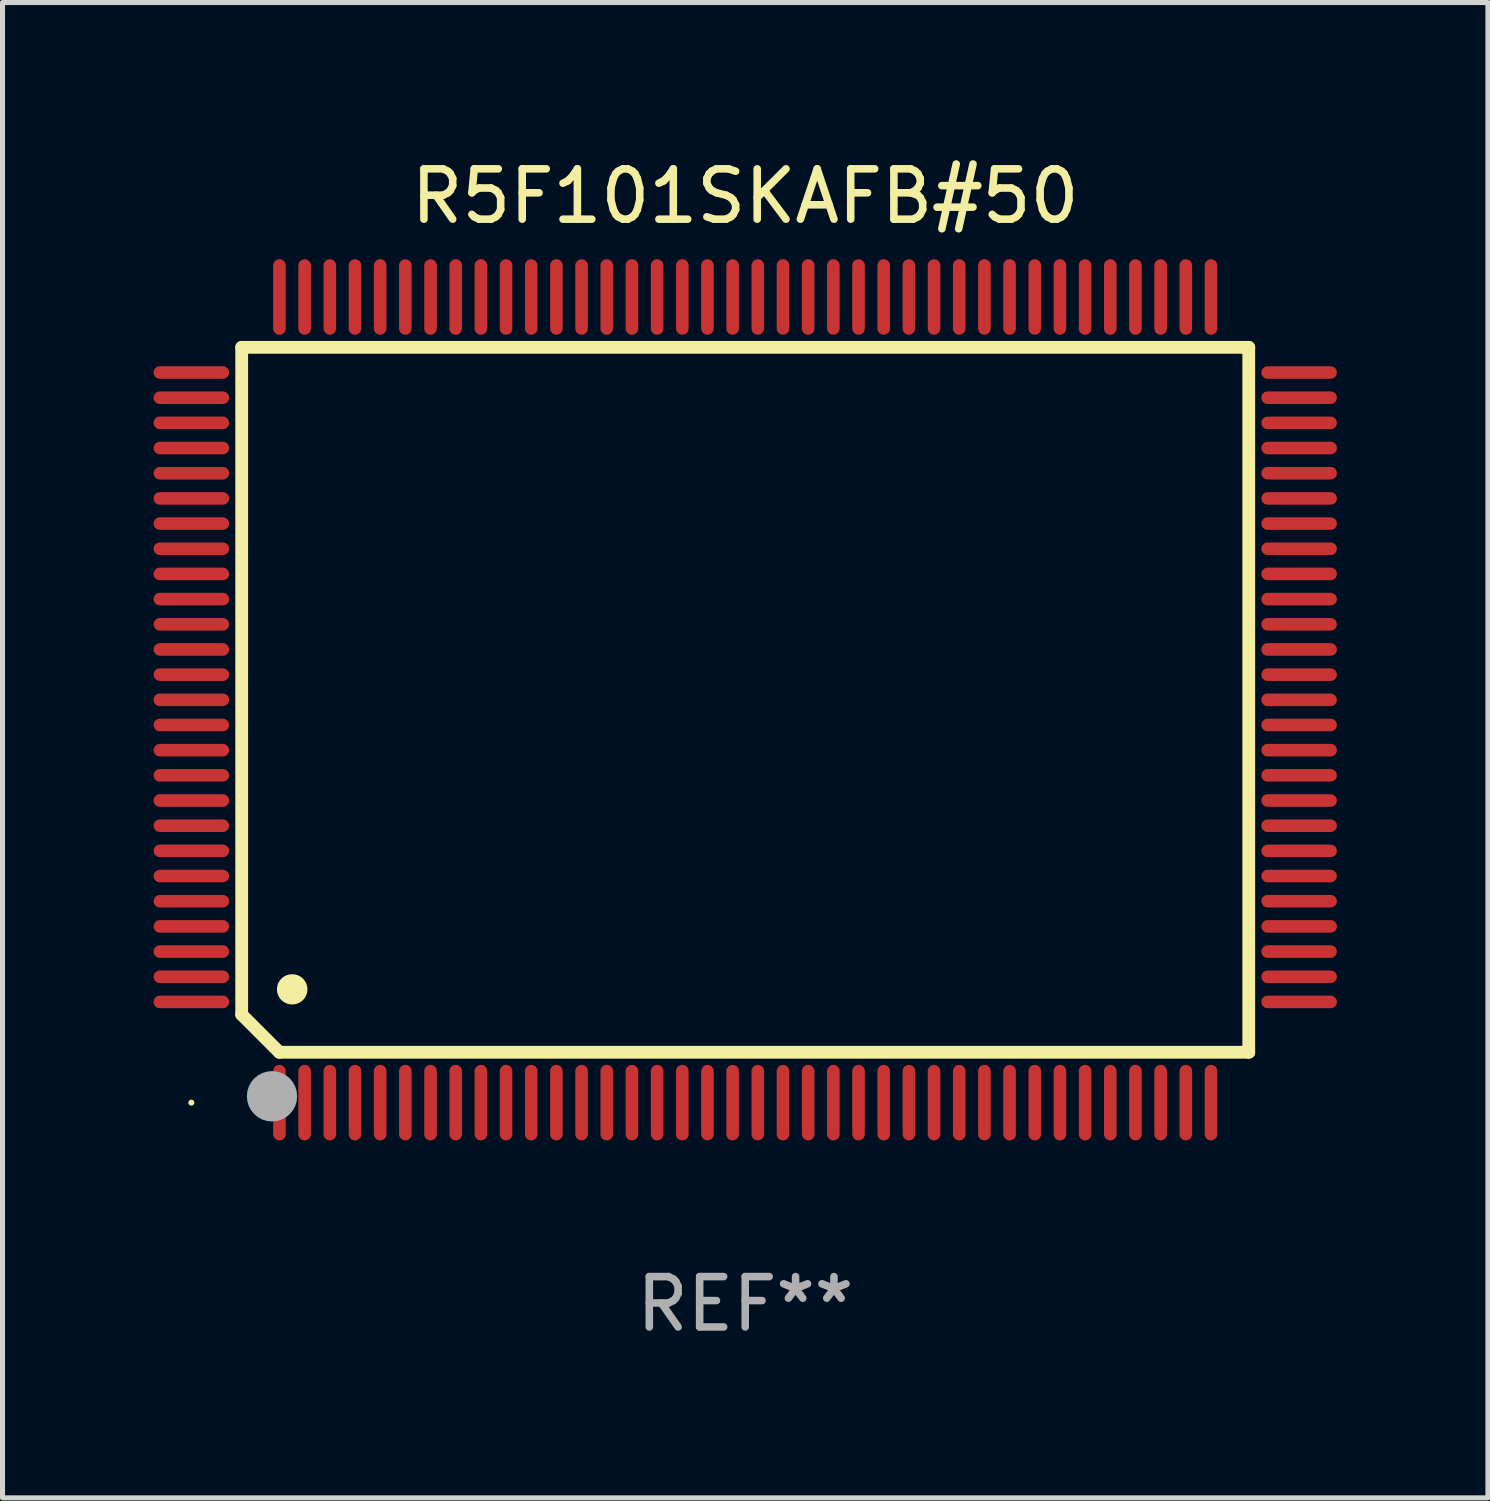
<source format=kicad_pcb>
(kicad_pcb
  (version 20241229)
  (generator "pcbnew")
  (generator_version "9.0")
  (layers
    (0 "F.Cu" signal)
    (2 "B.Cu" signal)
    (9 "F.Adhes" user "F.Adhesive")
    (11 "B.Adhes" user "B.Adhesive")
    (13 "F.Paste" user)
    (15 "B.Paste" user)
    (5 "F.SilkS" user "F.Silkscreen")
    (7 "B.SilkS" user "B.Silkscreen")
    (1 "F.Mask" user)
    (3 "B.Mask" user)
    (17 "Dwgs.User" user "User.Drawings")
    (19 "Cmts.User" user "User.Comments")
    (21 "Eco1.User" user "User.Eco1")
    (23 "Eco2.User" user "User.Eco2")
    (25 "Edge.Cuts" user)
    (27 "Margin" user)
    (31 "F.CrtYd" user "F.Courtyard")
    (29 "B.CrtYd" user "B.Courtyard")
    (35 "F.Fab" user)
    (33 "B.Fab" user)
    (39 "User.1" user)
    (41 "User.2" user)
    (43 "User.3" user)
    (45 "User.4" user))
  (footprint "R5F101SKAFB#50"
    (layer "F.Cu")
    (at 11.75 10.848)
    (property "Reference" "R5F101SKAFB#50" (at 0 -10 0) (layer "F.SilkS") (effects (font (size 1 1) (thickness 0.15))))
    (attr through_hole)
    (fp_line (start -10 -7) (end -10 6.25) (stroke (width 0.254) (type solid)) (layer "F.SilkS"))
    (fp_line (start -10 -7) (end 10 -7) (stroke (width 0.254) (type solid)) (layer "F.SilkS"))
    (fp_line (start -9.252 7) (end -10 6.252) (stroke (width 0.254) (type solid)) (layer "F.SilkS"))
    (fp_line (start 10 -7) (end 10 7) (stroke (width 0.254) (type solid)) (layer "F.SilkS"))
    (fp_line (start 10 7) (end -9.252 7) (stroke (width 0.254) (type solid)) (layer "F.SilkS"))
    (fp_arc (start -9.000025 5.750013) (mid -8.997485 5.750002) (end -8.994945 5.750013) (stroke (width 0.6) (type solid)) (layer "F.SilkS"))
    (fp_circle (center -11 8) (end -10.97 8) (stroke (width 0.06) (type solid)) (fill no) (layer "F.SilkS"))
    (fp_circle (center -9.398 7.874) (end -9.148 7.874) (stroke (width 0.5) (type solid)) (fill no) (layer "F.Fab"))
    (fp_text user "REF**" (at 0 12 0) (layer "F.Fab") (effects (font (size 1 1) (thickness 0.15))))
    (pad "1" smd oval (at -9.25 8) (size 0.25 1.5) (layers "F.Cu" "F.Mask" "F.Paste"))
    (pad "2" smd oval (at -8.75 8) (size 0.25 1.5) (layers "F.Cu" "F.Mask" "F.Paste"))
    (pad "3" smd oval (at -8.25 8) (size 0.25 1.5) (layers "F.Cu" "F.Mask" "F.Paste"))
    (pad "4" smd oval (at -7.75 8) (size 0.25 1.5) (layers "F.Cu" "F.Mask" "F.Paste"))
    (pad "5" smd oval (at -7.25 8) (size 0.25 1.5) (layers "F.Cu" "F.Mask" "F.Paste"))
    (pad "6" smd oval (at -6.75 8) (size 0.25 1.5) (layers "F.Cu" "F.Mask" "F.Paste"))
    (pad "7" smd oval (at -6.25 8) (size 0.25 1.5) (layers "F.Cu" "F.Mask" "F.Paste"))
    (pad "8" smd oval (at -5.75 8) (size 0.25 1.5) (layers "F.Cu" "F.Mask" "F.Paste"))
    (pad "9" smd oval (at -5.25 8) (size 0.25 1.5) (layers "F.Cu" "F.Mask" "F.Paste"))
    (pad "10" smd oval (at -4.75 8) (size 0.25 1.5) (layers "F.Cu" "F.Mask" "F.Paste"))
    (pad "11" smd oval (at -4.25 8) (size 0.25 1.5) (layers "F.Cu" "F.Mask" "F.Paste"))
    (pad "12" smd oval (at -3.75 8) (size 0.25 1.5) (layers "F.Cu" "F.Mask" "F.Paste"))
    (pad "13" smd oval (at -3.25 8) (size 0.25 1.5) (layers "F.Cu" "F.Mask" "F.Paste"))
    (pad "14" smd oval (at -2.75 8) (size 0.25 1.5) (layers "F.Cu" "F.Mask" "F.Paste"))
    (pad "15" smd oval (at -2.25 8) (size 0.25 1.5) (layers "F.Cu" "F.Mask" "F.Paste"))
    (pad "16" smd oval (at -1.75 8) (size 0.25 1.5) (layers "F.Cu" "F.Mask" "F.Paste"))
    (pad "17" smd oval (at -1.25 8) (size 0.25 1.5) (layers "F.Cu" "F.Mask" "F.Paste"))
    (pad "18" smd oval (at -0.75 8) (size 0.25 1.5) (layers "F.Cu" "F.Mask" "F.Paste"))
    (pad "19" smd oval (at -0.25 8) (size 0.25 1.5) (layers "F.Cu" "F.Mask" "F.Paste"))
    (pad "20" smd oval (at 0.25 8) (size 0.25 1.5) (layers "F.Cu" "F.Mask" "F.Paste"))
    (pad "21" smd oval (at 0.75 8) (size 0.25 1.5) (layers "F.Cu" "F.Mask" "F.Paste"))
    (pad "22" smd oval (at 1.25 8) (size 0.25 1.5) (layers "F.Cu" "F.Mask" "F.Paste"))
    (pad "23" smd oval (at 1.75 8) (size 0.25 1.5) (layers "F.Cu" "F.Mask" "F.Paste"))
    (pad "24" smd oval (at 2.25 8) (size 0.25 1.5) (layers "F.Cu" "F.Mask" "F.Paste"))
    (pad "25" smd oval (at 2.75 8) (size 0.25 1.5) (layers "F.Cu" "F.Mask" "F.Paste"))
    (pad "26" smd oval (at 3.25 8) (size 0.25 1.5) (layers "F.Cu" "F.Mask" "F.Paste"))
    (pad "27" smd oval (at 3.75 8) (size 0.25 1.5) (layers "F.Cu" "F.Mask" "F.Paste"))
    (pad "28" smd oval (at 4.25 8) (size 0.25 1.5) (layers "F.Cu" "F.Mask" "F.Paste"))
    (pad "29" smd oval (at 4.75 8) (size 0.25 1.5) (layers "F.Cu" "F.Mask" "F.Paste"))
    (pad "30" smd oval (at 5.25 8) (size 0.25 1.5) (layers "F.Cu" "F.Mask" "F.Paste"))
    (pad "31" smd oval (at 5.75 8) (size 0.25 1.5) (layers "F.Cu" "F.Mask" "F.Paste"))
    (pad "32" smd oval (at 6.25 8) (size 0.25 1.5) (layers "F.Cu" "F.Mask" "F.Paste"))
    (pad "33" smd oval (at 6.75 8 180) (size 0.25 1.5) (layers "F.Cu" "F.Mask" "F.Paste"))
    (pad "34" smd oval (at 7.25 8 180) (size 0.25 1.5) (layers "F.Cu" "F.Mask" "F.Paste"))
    (pad "35" smd oval (at 7.75 8 180) (size 0.25 1.5) (layers "F.Cu" "F.Mask" "F.Paste"))
    (pad "36" smd oval (at 8.25 8 180) (size 0.25 1.5) (layers "F.Cu" "F.Mask" "F.Paste"))
    (pad "37" smd oval (at 8.75 8 180) (size 0.25 1.5) (layers "F.Cu" "F.Mask" "F.Paste"))
    (pad "38" smd oval (at 9.25 8 180) (size 0.25 1.5) (layers "F.Cu" "F.Mask" "F.Paste"))
    (pad "39" smd oval (at 11 6 270) (size 0.25 1.5) (layers "F.Cu" "F.Mask" "F.Paste"))
    (pad "40" smd oval (at 11 5.5 270) (size 0.25 1.5) (layers "F.Cu" "F.Mask" "F.Paste"))
    (pad "41" smd oval (at 11 5 270) (size 0.25 1.5) (layers "F.Cu" "F.Mask" "F.Paste"))
    (pad "42" smd oval (at 11 4.5 270) (size 0.25 1.5) (layers "F.Cu" "F.Mask" "F.Paste"))
    (pad "43" smd oval (at 11 4 270) (size 0.25 1.5) (layers "F.Cu" "F.Mask" "F.Paste"))
    (pad "44" smd oval (at 11 3.5 270) (size 0.25 1.5) (layers "F.Cu" "F.Mask" "F.Paste"))
    (pad "45" smd oval (at 11 3 270) (size 0.25 1.5) (layers "F.Cu" "F.Mask" "F.Paste"))
    (pad "46" smd oval (at 11 2.5 270) (size 0.25 1.5) (layers "F.Cu" "F.Mask" "F.Paste"))
    (pad "47" smd oval (at 11 2 270) (size 0.25 1.5) (layers "F.Cu" "F.Mask" "F.Paste"))
    (pad "48" smd oval (at 11 1.5 270) (size 0.25 1.5) (layers "F.Cu" "F.Mask" "F.Paste"))
    (pad "49" smd oval (at 11 1 270) (size 0.25 1.5) (layers "F.Cu" "F.Mask" "F.Paste"))
    (pad "50" smd oval (at 11 0.5 270) (size 0.25 1.5) (layers "F.Cu" "F.Mask" "F.Paste"))
    (pad "51" smd oval (at 11 0 270) (size 0.25 1.5) (layers "F.Cu" "F.Mask" "F.Paste"))
    (pad "52" smd oval (at 11 -0.5 270) (size 0.25 1.5) (layers "F.Cu" "F.Mask" "F.Paste"))
    (pad "53" smd oval (at 11 -1 270) (size 0.25 1.5) (layers "F.Cu" "F.Mask" "F.Paste"))
    (pad "54" smd oval (at 11 -1.5 270) (size 0.25 1.5) (layers "F.Cu" "F.Mask" "F.Paste"))
    (pad "55" smd oval (at 11 -2 270) (size 0.25 1.5) (layers "F.Cu" "F.Mask" "F.Paste"))
    (pad "56" smd oval (at 11 -2.5 270) (size 0.25 1.5) (layers "F.Cu" "F.Mask" "F.Paste"))
    (pad "57" smd oval (at 11 -3 270) (size 0.25 1.5) (layers "F.Cu" "F.Mask" "F.Paste"))
    (pad "58" smd oval (at 11 -3.5 270) (size 0.25 1.5) (layers "F.Cu" "F.Mask" "F.Paste"))
    (pad "59" smd oval (at 11 -4 270) (size 0.25 1.5) (layers "F.Cu" "F.Mask" "F.Paste"))
    (pad "60" smd oval (at 11 -4.5 270) (size 0.25 1.5) (layers "F.Cu" "F.Mask" "F.Paste"))
    (pad "61" smd oval (at 11 -5 270) (size 0.25 1.5) (layers "F.Cu" "F.Mask" "F.Paste"))
    (pad "62" smd oval (at 11 -5.5 270) (size 0.25 1.5) (layers "F.Cu" "F.Mask" "F.Paste"))
    (pad "63" smd oval (at 11 -6 270) (size 0.25 1.5) (layers "F.Cu" "F.Mask" "F.Paste"))
    (pad "64" smd oval (at 11 -6.5 270) (size 0.25 1.5) (layers "F.Cu" "F.Mask" "F.Paste"))
    (pad "65" smd oval (at 9.25 -8 180) (size 0.25 1.5) (layers "F.Cu" "F.Mask" "F.Paste"))
    (pad "66" smd oval (at 8.75 -8 180) (size 0.25 1.5) (layers "F.Cu" "F.Mask" "F.Paste"))
    (pad "67" smd oval (at 8.25 -8 180) (size 0.25 1.5) (layers "F.Cu" "F.Mask" "F.Paste"))
    (pad "68" smd oval (at 7.75 -8 180) (size 0.25 1.5) (layers "F.Cu" "F.Mask" "F.Paste"))
    (pad "69" smd oval (at 7.25 -8 180) (size 0.25 1.5) (layers "F.Cu" "F.Mask" "F.Paste"))
    (pad "70" smd oval (at 6.75 -8 180) (size 0.25 1.5) (layers "F.Cu" "F.Mask" "F.Paste"))
    (pad "71" smd oval (at 6.25 -8 180) (size 0.25 1.5) (layers "F.Cu" "F.Mask" "F.Paste"))
    (pad "72" smd oval (at 5.75 -8 180) (size 0.25 1.5) (layers "F.Cu" "F.Mask" "F.Paste"))
    (pad "73" smd oval (at 5.25 -8 180) (size 0.25 1.5) (layers "F.Cu" "F.Mask" "F.Paste"))
    (pad "74" smd oval (at 4.75 -8 180) (size 0.25 1.5) (layers "F.Cu" "F.Mask" "F.Paste"))
    (pad "75" smd oval (at 4.25 -8 180) (size 0.25 1.5) (layers "F.Cu" "F.Mask" "F.Paste"))
    (pad "76" smd oval (at 3.75 -8 180) (size 0.25 1.5) (layers "F.Cu" "F.Mask" "F.Paste"))
    (pad "77" smd oval (at 3.25 -8 180) (size 0.25 1.5) (layers "F.Cu" "F.Mask" "F.Paste"))
    (pad "78" smd oval (at 2.75 -8 180) (size 0.25 1.5) (layers "F.Cu" "F.Mask" "F.Paste"))
    (pad "79" smd oval (at 2.25 -8 180) (size 0.25 1.5) (layers "F.Cu" "F.Mask" "F.Paste"))
    (pad "80" smd oval (at 1.75 -8 180) (size 0.25 1.5) (layers "F.Cu" "F.Mask" "F.Paste"))
    (pad "81" smd oval (at 1.25 -8 180) (size 0.25 1.5) (layers "F.Cu" "F.Mask" "F.Paste"))
    (pad "82" smd oval (at 0.75 -8 180) (size 0.25 1.5) (layers "F.Cu" "F.Mask" "F.Paste"))
    (pad "83" smd oval (at 0.25 -8 180) (size 0.25 1.5) (layers "F.Cu" "F.Mask" "F.Paste"))
    (pad "84" smd oval (at -0.25 -8 180) (size 0.25 1.5) (layers "F.Cu" "F.Mask" "F.Paste"))
    (pad "85" smd oval (at -0.75 -8 180) (size 0.25 1.5) (layers "F.Cu" "F.Mask" "F.Paste"))
    (pad "86" smd oval (at -1.25 -8 180) (size 0.25 1.5) (layers "F.Cu" "F.Mask" "F.Paste"))
    (pad "87" smd oval (at -1.75 -8 180) (size 0.25 1.5) (layers "F.Cu" "F.Mask" "F.Paste"))
    (pad "88" smd oval (at -2.25 -8 180) (size 0.25 1.5) (layers "F.Cu" "F.Mask" "F.Paste"))
    (pad "89" smd oval (at -2.75 -8 180) (size 0.25 1.5) (layers "F.Cu" "F.Mask" "F.Paste"))
    (pad "90" smd oval (at -3.25 -8 180) (size 0.25 1.5) (layers "F.Cu" "F.Mask" "F.Paste"))
    (pad "91" smd oval (at -3.75 -8 180) (size 0.25 1.5) (layers "F.Cu" "F.Mask" "F.Paste"))
    (pad "92" smd oval (at -4.25 -8 180) (size 0.25 1.5) (layers "F.Cu" "F.Mask" "F.Paste"))
    (pad "93" smd oval (at -4.75 -8 180) (size 0.25 1.5) (layers "F.Cu" "F.Mask" "F.Paste"))
    (pad "94" smd oval (at -5.25 -8 180) (size 0.25 1.5) (layers "F.Cu" "F.Mask" "F.Paste"))
    (pad "95" smd oval (at -5.75 -8 180) (size 0.25 1.5) (layers "F.Cu" "F.Mask" "F.Paste"))
    (pad "96" smd oval (at -6.25 -8 180) (size 0.25 1.5) (layers "F.Cu" "F.Mask" "F.Paste"))
    (pad "97" smd oval (at -6.75 -8 180) (size 0.25 1.5) (layers "F.Cu" "F.Mask" "F.Paste"))
    (pad "98" smd oval (at -7.25 -8 180) (size 0.25 1.5) (layers "F.Cu" "F.Mask" "F.Paste"))
    (pad "99" smd oval (at -7.75 -8 180) (size 0.25 1.5) (layers "F.Cu" "F.Mask" "F.Paste"))
    (pad "100" smd oval (at -8.25 -8 180) (size 0.25 1.5) (layers "F.Cu" "F.Mask" "F.Paste"))
    (pad "101" smd oval (at -8.75 -8 180) (size 0.25 1.5) (layers "F.Cu" "F.Mask" "F.Paste"))
    (pad "102" smd oval (at -9.25 -8) (size 0.25 1.5) (layers "F.Cu" "F.Mask" "F.Paste"))
    (pad "103" smd oval (at -11 -6.5 270) (size 0.25 1.5) (layers "F.Cu" "F.Mask" "F.Paste"))
    (pad "104" smd oval (at -11 -6 270) (size 0.25 1.5) (layers "F.Cu" "F.Mask" "F.Paste"))
    (pad "105" smd oval (at -11 -5.5 270) (size 0.25 1.5) (layers "F.Cu" "F.Mask" "F.Paste"))
    (pad "106" smd oval (at -11 -5 270) (size 0.25 1.5) (layers "F.Cu" "F.Mask" "F.Paste"))
    (pad "107" smd oval (at -11 -4.5 270) (size 0.25 1.5) (layers "F.Cu" "F.Mask" "F.Paste"))
    (pad "108" smd oval (at -11 -4 270) (size 0.25 1.5) (layers "F.Cu" "F.Mask" "F.Paste"))
    (pad "109" smd oval (at -11 -3.5 270) (size 0.25 1.5) (layers "F.Cu" "F.Mask" "F.Paste"))
    (pad "110" smd oval (at -11 -3 270) (size 0.25 1.5) (layers "F.Cu" "F.Mask" "F.Paste"))
    (pad "111" smd oval (at -11 -2.5 270) (size 0.25 1.5) (layers "F.Cu" "F.Mask" "F.Paste"))
    (pad "112" smd oval (at -11 -2 270) (size 0.25 1.5) (layers "F.Cu" "F.Mask" "F.Paste"))
    (pad "113" smd oval (at -11 -1.5 270) (size 0.25 1.5) (layers "F.Cu" "F.Mask" "F.Paste"))
    (pad "114" smd oval (at -11 -1 270) (size 0.25 1.5) (layers "F.Cu" "F.Mask" "F.Paste"))
    (pad "115" smd oval (at -11 -0.5 270) (size 0.25 1.5) (layers "F.Cu" "F.Mask" "F.Paste"))
    (pad "116" smd oval (at -11 0 270) (size 0.25 1.5) (layers "F.Cu" "F.Mask" "F.Paste"))
    (pad "117" smd oval (at -11 0.5 270) (size 0.25 1.5) (layers "F.Cu" "F.Mask" "F.Paste"))
    (pad "118" smd oval (at -11 1 270) (size 0.25 1.5) (layers "F.Cu" "F.Mask" "F.Paste"))
    (pad "119" smd oval (at -11 1.5 270) (size 0.25 1.5) (layers "F.Cu" "F.Mask" "F.Paste"))
    (pad "120" smd oval (at -11 2 270) (size 0.25 1.5) (layers "F.Cu" "F.Mask" "F.Paste"))
    (pad "121" smd oval (at -11 2.5 270) (size 0.25 1.5) (layers "F.Cu" "F.Mask" "F.Paste"))
    (pad "122" smd oval (at -11 3 270) (size 0.25 1.5) (layers "F.Cu" "F.Mask" "F.Paste"))
    (pad "123" smd oval (at -11 3.5 270) (size 0.25 1.5) (layers "F.Cu" "F.Mask" "F.Paste"))
    (pad "124" smd oval (at -11 4 270) (size 0.25 1.5) (layers "F.Cu" "F.Mask" "F.Paste"))
    (pad "125" smd oval (at -11 4.5 270) (size 0.25 1.5) (layers "F.Cu" "F.Mask" "F.Paste"))
    (pad "126" smd oval (at -11 5 270) (size 0.25 1.5) (layers "F.Cu" "F.Mask" "F.Paste"))
    (pad "127" smd oval (at -11 5.5 270) (size 0.25 1.5) (layers "F.Cu" "F.Mask" "F.Paste"))
    (pad "128" smd oval (at -11 6 270) (size 0.25 1.5) (layers "F.Cu" "F.Mask" "F.Paste")))
  (gr_rect
    (start -3 -3)
    (end 26.5 26.697)
    (stroke (width 0.1) (type default))
    (fill no)
    (layer "Edge.Cuts")))
</source>
